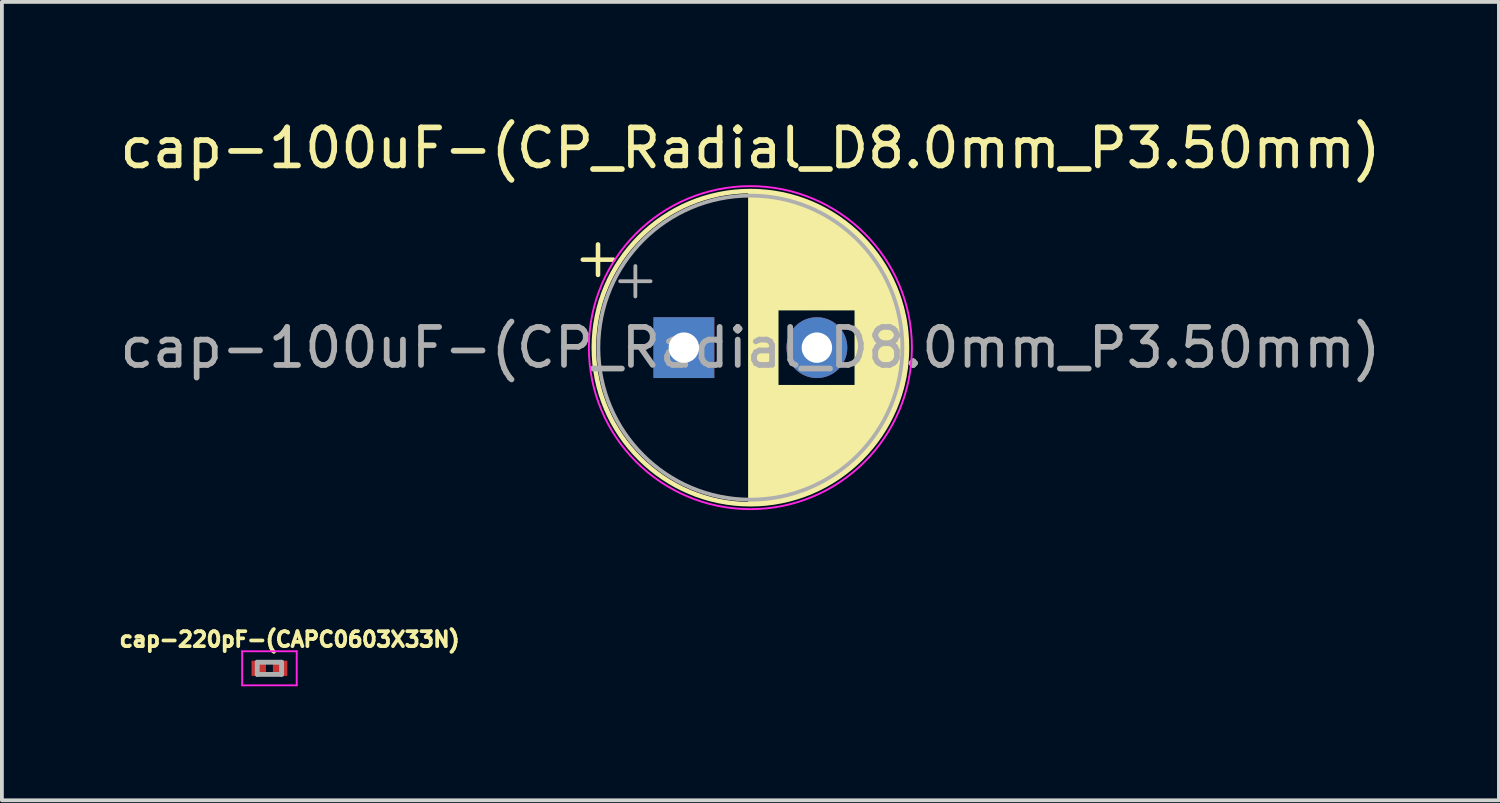
<source format=kicad_pcb>
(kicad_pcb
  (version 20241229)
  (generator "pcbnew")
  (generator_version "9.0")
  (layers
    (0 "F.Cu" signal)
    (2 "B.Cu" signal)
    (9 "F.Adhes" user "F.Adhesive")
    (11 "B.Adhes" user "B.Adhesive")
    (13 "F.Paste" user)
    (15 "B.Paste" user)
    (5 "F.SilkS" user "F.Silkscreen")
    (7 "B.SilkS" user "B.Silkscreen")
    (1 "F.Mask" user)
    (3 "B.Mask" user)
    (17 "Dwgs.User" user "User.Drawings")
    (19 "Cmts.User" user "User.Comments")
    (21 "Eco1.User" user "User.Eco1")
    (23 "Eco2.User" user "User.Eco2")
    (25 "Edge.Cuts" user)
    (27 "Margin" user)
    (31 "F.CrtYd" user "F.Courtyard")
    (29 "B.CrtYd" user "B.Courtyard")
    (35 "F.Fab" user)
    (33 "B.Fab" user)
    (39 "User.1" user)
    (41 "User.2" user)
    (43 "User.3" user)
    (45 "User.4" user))
  (footprint "cap-220pF-(CAPC0603X33N)"
    (layer "F.Cu")
    (at 4.04 14.536)
    (property "Reference" "cap-220pF-(CAPC0603X33N)" (at 0.53 -0.76 0) (layer "F.SilkS") (effects (font (size 0.394 0.394) (thickness 0.15))))
    (attr smd)
    (fp_line (start -0.718 -0.448) (end 0.718 -0.448) (stroke (width 0.05) (type solid)) (layer "F.CrtYd"))
    (fp_line (start -0.718 0.448) (end -0.718 -0.448) (stroke (width 0.05) (type solid)) (layer "F.CrtYd"))
    (fp_line (start -0.718 0.448) (end 0.718 0.448) (stroke (width 0.05) (type solid)) (layer "F.CrtYd"))
    (fp_line (start 0.718 0.448) (end 0.718 -0.448) (stroke (width 0.05) (type solid)) (layer "F.CrtYd"))
    (fp_line (start -0.32 0.16) (end -0.32 -0.16) (stroke (width 0.127) (type solid)) (layer "F.Fab"))
    (fp_line (start 0.32 -0.16) (end -0.32 -0.16) (stroke (width 0.127) (type solid)) (layer "F.Fab"))
    (fp_line (start 0.32 0.16) (end -0.32 0.16) (stroke (width 0.127) (type solid)) (layer "F.Fab"))
    (fp_line (start 0.32 0.16) (end 0.32 -0.16) (stroke (width 0.127) (type solid)) (layer "F.Fab"))
    (pad "1" smd rect (at -0.281 0) (size 0.38 0.4) (layers "F.Cu" "F.Mask" "F.Paste"))
    (pad "2" smd rect (at 0.281 0) (size 0.38 0.4) (layers "F.Cu" "F.Mask" "F.Paste")))
  (footprint "cap-100uF-(CP_Radial_D8.0mm_P3.50mm)"
    (layer "F.Cu")
    (at 14.946 6.098)
    (property "Reference" "cap-100uF-(CP_Radial_D8.0mm_P3.50mm)" (at 1.75 -5.25 0) (layer "F.SilkS") (effects (font (size 1 1) (thickness 0.15))))
    (attr through_hole)
    (fp_line (start -2.66 -2.315) (end -1.86 -2.315) (stroke (width 0.12) (type solid)) (layer "F.SilkS"))
    (fp_line (start -2.26 -2.715) (end -2.26 -1.915) (stroke (width 0.12) (type solid)) (layer "F.SilkS"))
    (fp_line (start 1.75 -4.08) (end 1.75 4.08) (stroke (width 0.12) (type solid)) (layer "F.SilkS"))
    (fp_line (start 1.79 -4.08) (end 1.79 4.08) (stroke (width 0.12) (type solid)) (layer "F.SilkS"))
    (fp_line (start 1.83 -4.08) (end 1.83 4.08) (stroke (width 0.12) (type solid)) (layer "F.SilkS"))
    (fp_line (start 1.87 -4.079) (end 1.87 4.079) (stroke (width 0.12) (type solid)) (layer "F.SilkS"))
    (fp_line (start 1.91 -4.077) (end 1.91 4.077) (stroke (width 0.12) (type solid)) (layer "F.SilkS"))
    (fp_line (start 1.95 -4.076) (end 1.95 4.076) (stroke (width 0.12) (type solid)) (layer "F.SilkS"))
    (fp_line (start 1.99 -4.074) (end 1.99 4.074) (stroke (width 0.12) (type solid)) (layer "F.SilkS"))
    (fp_line (start 2.03 -4.071) (end 2.03 4.071) (stroke (width 0.12) (type solid)) (layer "F.SilkS"))
    (fp_line (start 2.07 -4.068) (end 2.07 4.068) (stroke (width 0.12) (type solid)) (layer "F.SilkS"))
    (fp_line (start 2.11 -4.065) (end 2.11 4.065) (stroke (width 0.12) (type solid)) (layer "F.SilkS"))
    (fp_line (start 2.15 -4.061) (end 2.15 4.061) (stroke (width 0.12) (type solid)) (layer "F.SilkS"))
    (fp_line (start 2.19 -4.057) (end 2.19 4.057) (stroke (width 0.12) (type solid)) (layer "F.SilkS"))
    (fp_line (start 2.23 -4.052) (end 2.23 4.052) (stroke (width 0.12) (type solid)) (layer "F.SilkS"))
    (fp_line (start 2.27 -4.048) (end 2.27 4.048) (stroke (width 0.12) (type solid)) (layer "F.SilkS"))
    (fp_line (start 2.31 -4.042) (end 2.31 4.042) (stroke (width 0.12) (type solid)) (layer "F.SilkS"))
    (fp_line (start 2.35 -4.037) (end 2.35 4.037) (stroke (width 0.12) (type solid)) (layer "F.SilkS"))
    (fp_line (start 2.39 -4.03) (end 2.39 4.03) (stroke (width 0.12) (type solid)) (layer "F.SilkS"))
    (fp_line (start 2.43 -4.024) (end 2.43 4.024) (stroke (width 0.12) (type solid)) (layer "F.SilkS"))
    (fp_line (start 2.471 -4.017) (end 2.471 -1.04) (stroke (width 0.12) (type solid)) (layer "F.SilkS"))
    (fp_line (start 2.471 1.04) (end 2.471 4.017) (stroke (width 0.12) (type solid)) (layer "F.SilkS"))
    (fp_line (start 2.511 -4.01) (end 2.511 -1.04) (stroke (width 0.12) (type solid)) (layer "F.SilkS"))
    (fp_line (start 2.511 1.04) (end 2.511 4.01) (stroke (width 0.12) (type solid)) (layer "F.SilkS"))
    (fp_line (start 2.551 -4.002) (end 2.551 -1.04) (stroke (width 0.12) (type solid)) (layer "F.SilkS"))
    (fp_line (start 2.551 1.04) (end 2.551 4.002) (stroke (width 0.12) (type solid)) (layer "F.SilkS"))
    (fp_line (start 2.591 -3.994) (end 2.591 -1.04) (stroke (width 0.12) (type solid)) (layer "F.SilkS"))
    (fp_line (start 2.591 1.04) (end 2.591 3.994) (stroke (width 0.12) (type solid)) (layer "F.SilkS"))
    (fp_line (start 2.631 -3.985) (end 2.631 -1.04) (stroke (width 0.12) (type solid)) (layer "F.SilkS"))
    (fp_line (start 2.631 1.04) (end 2.631 3.985) (stroke (width 0.12) (type solid)) (layer "F.SilkS"))
    (fp_line (start 2.671 -3.976) (end 2.671 -1.04) (stroke (width 0.12) (type solid)) (layer "F.SilkS"))
    (fp_line (start 2.671 1.04) (end 2.671 3.976) (stroke (width 0.12) (type solid)) (layer "F.SilkS"))
    (fp_line (start 2.711 -3.967) (end 2.711 -1.04) (stroke (width 0.12) (type solid)) (layer "F.SilkS"))
    (fp_line (start 2.711 1.04) (end 2.711 3.967) (stroke (width 0.12) (type solid)) (layer "F.SilkS"))
    (fp_line (start 2.751 -3.957) (end 2.751 -1.04) (stroke (width 0.12) (type solid)) (layer "F.SilkS"))
    (fp_line (start 2.751 1.04) (end 2.751 3.957) (stroke (width 0.12) (type solid)) (layer "F.SilkS"))
    (fp_line (start 2.791 -3.947) (end 2.791 -1.04) (stroke (width 0.12) (type solid)) (layer "F.SilkS"))
    (fp_line (start 2.791 1.04) (end 2.791 3.947) (stroke (width 0.12) (type solid)) (layer "F.SilkS"))
    (fp_line (start 2.831 -3.936) (end 2.831 -1.04) (stroke (width 0.12) (type solid)) (layer "F.SilkS"))
    (fp_line (start 2.831 1.04) (end 2.831 3.936) (stroke (width 0.12) (type solid)) (layer "F.SilkS"))
    (fp_line (start 2.871 -3.925) (end 2.871 -1.04) (stroke (width 0.12) (type solid)) (layer "F.SilkS"))
    (fp_line (start 2.871 1.04) (end 2.871 3.925) (stroke (width 0.12) (type solid)) (layer "F.SilkS"))
    (fp_line (start 2.911 -3.914) (end 2.911 -1.04) (stroke (width 0.12) (type solid)) (layer "F.SilkS"))
    (fp_line (start 2.911 1.04) (end 2.911 3.914) (stroke (width 0.12) (type solid)) (layer "F.SilkS"))
    (fp_line (start 2.951 -3.902) (end 2.951 -1.04) (stroke (width 0.12) (type solid)) (layer "F.SilkS"))
    (fp_line (start 2.951 1.04) (end 2.951 3.902) (stroke (width 0.12) (type solid)) (layer "F.SilkS"))
    (fp_line (start 2.991 -3.889) (end 2.991 -1.04) (stroke (width 0.12) (type solid)) (layer "F.SilkS"))
    (fp_line (start 2.991 1.04) (end 2.991 3.889) (stroke (width 0.12) (type solid)) (layer "F.SilkS"))
    (fp_line (start 3.031 -3.877) (end 3.031 -1.04) (stroke (width 0.12) (type solid)) (layer "F.SilkS"))
    (fp_line (start 3.031 1.04) (end 3.031 3.877) (stroke (width 0.12) (type solid)) (layer "F.SilkS"))
    (fp_line (start 3.071 -3.863) (end 3.071 -1.04) (stroke (width 0.12) (type solid)) (layer "F.SilkS"))
    (fp_line (start 3.071 1.04) (end 3.071 3.863) (stroke (width 0.12) (type solid)) (layer "F.SilkS"))
    (fp_line (start 3.111 -3.85) (end 3.111 -1.04) (stroke (width 0.12) (type solid)) (layer "F.SilkS"))
    (fp_line (start 3.111 1.04) (end 3.111 3.85) (stroke (width 0.12) (type solid)) (layer "F.SilkS"))
    (fp_line (start 3.151 -3.835) (end 3.151 -1.04) (stroke (width 0.12) (type solid)) (layer "F.SilkS"))
    (fp_line (start 3.151 1.04) (end 3.151 3.835) (stroke (width 0.12) (type solid)) (layer "F.SilkS"))
    (fp_line (start 3.191 -3.821) (end 3.191 -1.04) (stroke (width 0.12) (type solid)) (layer "F.SilkS"))
    (fp_line (start 3.191 1.04) (end 3.191 3.821) (stroke (width 0.12) (type solid)) (layer "F.SilkS"))
    (fp_line (start 3.231 -3.805) (end 3.231 -1.04) (stroke (width 0.12) (type solid)) (layer "F.SilkS"))
    (fp_line (start 3.231 1.04) (end 3.231 3.805) (stroke (width 0.12) (type solid)) (layer "F.SilkS"))
    (fp_line (start 3.271 -3.79) (end 3.271 -1.04) (stroke (width 0.12) (type solid)) (layer "F.SilkS"))
    (fp_line (start 3.271 1.04) (end 3.271 3.79) (stroke (width 0.12) (type solid)) (layer "F.SilkS"))
    (fp_line (start 3.311 -3.774) (end 3.311 -1.04) (stroke (width 0.12) (type solid)) (layer "F.SilkS"))
    (fp_line (start 3.311 1.04) (end 3.311 3.774) (stroke (width 0.12) (type solid)) (layer "F.SilkS"))
    (fp_line (start 3.351 -3.757) (end 3.351 -1.04) (stroke (width 0.12) (type solid)) (layer "F.SilkS"))
    (fp_line (start 3.351 1.04) (end 3.351 3.757) (stroke (width 0.12) (type solid)) (layer "F.SilkS"))
    (fp_line (start 3.391 -3.74) (end 3.391 -1.04) (stroke (width 0.12) (type solid)) (layer "F.SilkS"))
    (fp_line (start 3.391 1.04) (end 3.391 3.74) (stroke (width 0.12) (type solid)) (layer "F.SilkS"))
    (fp_line (start 3.431 -3.722) (end 3.431 -1.04) (stroke (width 0.12) (type solid)) (layer "F.SilkS"))
    (fp_line (start 3.431 1.04) (end 3.431 3.722) (stroke (width 0.12) (type solid)) (layer "F.SilkS"))
    (fp_line (start 3.471 -3.704) (end 3.471 -1.04) (stroke (width 0.12) (type solid)) (layer "F.SilkS"))
    (fp_line (start 3.471 1.04) (end 3.471 3.704) (stroke (width 0.12) (type solid)) (layer "F.SilkS"))
    (fp_line (start 3.511 -3.686) (end 3.511 -1.04) (stroke (width 0.12) (type solid)) (layer "F.SilkS"))
    (fp_line (start 3.511 1.04) (end 3.511 3.686) (stroke (width 0.12) (type solid)) (layer "F.SilkS"))
    (fp_line (start 3.551 -3.666) (end 3.551 -1.04) (stroke (width 0.12) (type solid)) (layer "F.SilkS"))
    (fp_line (start 3.551 1.04) (end 3.551 3.666) (stroke (width 0.12) (type solid)) (layer "F.SilkS"))
    (fp_line (start 3.591 -3.647) (end 3.591 -1.04) (stroke (width 0.12) (type solid)) (layer "F.SilkS"))
    (fp_line (start 3.591 1.04) (end 3.591 3.647) (stroke (width 0.12) (type solid)) (layer "F.SilkS"))
    (fp_line (start 3.631 -3.627) (end 3.631 -1.04) (stroke (width 0.12) (type solid)) (layer "F.SilkS"))
    (fp_line (start 3.631 1.04) (end 3.631 3.627) (stroke (width 0.12) (type solid)) (layer "F.SilkS"))
    (fp_line (start 3.671 -3.606) (end 3.671 -1.04) (stroke (width 0.12) (type solid)) (layer "F.SilkS"))
    (fp_line (start 3.671 1.04) (end 3.671 3.606) (stroke (width 0.12) (type solid)) (layer "F.SilkS"))
    (fp_line (start 3.711 -3.584) (end 3.711 -1.04) (stroke (width 0.12) (type solid)) (layer "F.SilkS"))
    (fp_line (start 3.711 1.04) (end 3.711 3.584) (stroke (width 0.12) (type solid)) (layer "F.SilkS"))
    (fp_line (start 3.751 -3.562) (end 3.751 -1.04) (stroke (width 0.12) (type solid)) (layer "F.SilkS"))
    (fp_line (start 3.751 1.04) (end 3.751 3.562) (stroke (width 0.12) (type solid)) (layer "F.SilkS"))
    (fp_line (start 3.791 -3.54) (end 3.791 -1.04) (stroke (width 0.12) (type solid)) (layer "F.SilkS"))
    (fp_line (start 3.791 1.04) (end 3.791 3.54) (stroke (width 0.12) (type solid)) (layer "F.SilkS"))
    (fp_line (start 3.831 -3.517) (end 3.831 -1.04) (stroke (width 0.12) (type solid)) (layer "F.SilkS"))
    (fp_line (start 3.831 1.04) (end 3.831 3.517) (stroke (width 0.12) (type solid)) (layer "F.SilkS"))
    (fp_line (start 3.871 -3.493) (end 3.871 -1.04) (stroke (width 0.12) (type solid)) (layer "F.SilkS"))
    (fp_line (start 3.871 1.04) (end 3.871 3.493) (stroke (width 0.12) (type solid)) (layer "F.SilkS"))
    (fp_line (start 3.911 -3.469) (end 3.911 -1.04) (stroke (width 0.12) (type solid)) (layer "F.SilkS"))
    (fp_line (start 3.911 1.04) (end 3.911 3.469) (stroke (width 0.12) (type solid)) (layer "F.SilkS"))
    (fp_line (start 3.951 -3.444) (end 3.951 -1.04) (stroke (width 0.12) (type solid)) (layer "F.SilkS"))
    (fp_line (start 3.951 1.04) (end 3.951 3.444) (stroke (width 0.12) (type solid)) (layer "F.SilkS"))
    (fp_line (start 3.991 -3.418) (end 3.991 -1.04) (stroke (width 0.12) (type solid)) (layer "F.SilkS"))
    (fp_line (start 3.991 1.04) (end 3.991 3.418) (stroke (width 0.12) (type solid)) (layer "F.SilkS"))
    (fp_line (start 4.031 -3.392) (end 4.031 -1.04) (stroke (width 0.12) (type solid)) (layer "F.SilkS"))
    (fp_line (start 4.031 1.04) (end 4.031 3.392) (stroke (width 0.12) (type solid)) (layer "F.SilkS"))
    (fp_line (start 4.071 -3.365) (end 4.071 -1.04) (stroke (width 0.12) (type solid)) (layer "F.SilkS"))
    (fp_line (start 4.071 1.04) (end 4.071 3.365) (stroke (width 0.12) (type solid)) (layer "F.SilkS"))
    (fp_line (start 4.111 -3.338) (end 4.111 -1.04) (stroke (width 0.12) (type solid)) (layer "F.SilkS"))
    (fp_line (start 4.111 1.04) (end 4.111 3.338) (stroke (width 0.12) (type solid)) (layer "F.SilkS"))
    (fp_line (start 4.151 -3.309) (end 4.151 -1.04) (stroke (width 0.12) (type solid)) (layer "F.SilkS"))
    (fp_line (start 4.151 1.04) (end 4.151 3.309) (stroke (width 0.12) (type solid)) (layer "F.SilkS"))
    (fp_line (start 4.191 -3.28) (end 4.191 -1.04) (stroke (width 0.12) (type solid)) (layer "F.SilkS"))
    (fp_line (start 4.191 1.04) (end 4.191 3.28) (stroke (width 0.12) (type solid)) (layer "F.SilkS"))
    (fp_line (start 4.231 -3.25) (end 4.231 -1.04) (stroke (width 0.12) (type solid)) (layer "F.SilkS"))
    (fp_line (start 4.231 1.04) (end 4.231 3.25) (stroke (width 0.12) (type solid)) (layer "F.SilkS"))
    (fp_line (start 4.271 -3.22) (end 4.271 -1.04) (stroke (width 0.12) (type solid)) (layer "F.SilkS"))
    (fp_line (start 4.271 1.04) (end 4.271 3.22) (stroke (width 0.12) (type solid)) (layer "F.SilkS"))
    (fp_line (start 4.311 -3.189) (end 4.311 -1.04) (stroke (width 0.12) (type solid)) (layer "F.SilkS"))
    (fp_line (start 4.311 1.04) (end 4.311 3.189) (stroke (width 0.12) (type solid)) (layer "F.SilkS"))
    (fp_line (start 4.351 -3.156) (end 4.351 -1.04) (stroke (width 0.12) (type solid)) (layer "F.SilkS"))
    (fp_line (start 4.351 1.04) (end 4.351 3.156) (stroke (width 0.12) (type solid)) (layer "F.SilkS"))
    (fp_line (start 4.391 -3.124) (end 4.391 -1.04) (stroke (width 0.12) (type solid)) (layer "F.SilkS"))
    (fp_line (start 4.391 1.04) (end 4.391 3.124) (stroke (width 0.12) (type solid)) (layer "F.SilkS"))
    (fp_line (start 4.431 -3.09) (end 4.431 -1.04) (stroke (width 0.12) (type solid)) (layer "F.SilkS"))
    (fp_line (start 4.431 1.04) (end 4.431 3.09) (stroke (width 0.12) (type solid)) (layer "F.SilkS"))
    (fp_line (start 4.471 -3.055) (end 4.471 -1.04) (stroke (width 0.12) (type solid)) (layer "F.SilkS"))
    (fp_line (start 4.471 1.04) (end 4.471 3.055) (stroke (width 0.12) (type solid)) (layer "F.SilkS"))
    (fp_line (start 4.511 -3.019) (end 4.511 -1.04) (stroke (width 0.12) (type solid)) (layer "F.SilkS"))
    (fp_line (start 4.511 1.04) (end 4.511 3.019) (stroke (width 0.12) (type solid)) (layer "F.SilkS"))
    (fp_line (start 4.551 -2.983) (end 4.551 2.983) (stroke (width 0.12) (type solid)) (layer "F.SilkS"))
    (fp_line (start 4.591 -2.945) (end 4.591 2.945) (stroke (width 0.12) (type solid)) (layer "F.SilkS"))
    (fp_line (start 4.631 -2.907) (end 4.631 2.907) (stroke (width 0.12) (type solid)) (layer "F.SilkS"))
    (fp_line (start 4.671 -2.867) (end 4.671 2.867) (stroke (width 0.12) (type solid)) (layer "F.SilkS"))
    (fp_line (start 4.711 -2.826) (end 4.711 2.826) (stroke (width 0.12) (type solid)) (layer "F.SilkS"))
    (fp_line (start 4.751 -2.784) (end 4.751 2.784) (stroke (width 0.12) (type solid)) (layer "F.SilkS"))
    (fp_line (start 4.791 -2.741) (end 4.791 2.741) (stroke (width 0.12) (type solid)) (layer "F.SilkS"))
    (fp_line (start 4.831 -2.697) (end 4.831 2.697) (stroke (width 0.12) (type solid)) (layer "F.SilkS"))
    (fp_line (start 4.871 -2.651) (end 4.871 2.651) (stroke (width 0.12) (type solid)) (layer "F.SilkS"))
    (fp_line (start 4.911 -2.604) (end 4.911 2.604) (stroke (width 0.12) (type solid)) (layer "F.SilkS"))
    (fp_line (start 4.951 -2.556) (end 4.951 2.556) (stroke (width 0.12) (type solid)) (layer "F.SilkS"))
    (fp_line (start 4.991 -2.505) (end 4.991 2.505) (stroke (width 0.12) (type solid)) (layer "F.SilkS"))
    (fp_line (start 5.031 -2.454) (end 5.031 2.454) (stroke (width 0.12) (type solid)) (layer "F.SilkS"))
    (fp_line (start 5.071 -2.4) (end 5.071 2.4) (stroke (width 0.12) (type solid)) (layer "F.SilkS"))
    (fp_line (start 5.111 -2.345) (end 5.111 2.345) (stroke (width 0.12) (type solid)) (layer "F.SilkS"))
    (fp_line (start 5.151 -2.287) (end 5.151 2.287) (stroke (width 0.12) (type solid)) (layer "F.SilkS"))
    (fp_line (start 5.191 -2.228) (end 5.191 2.228) (stroke (width 0.12) (type solid)) (layer "F.SilkS"))
    (fp_line (start 5.231 -2.166) (end 5.231 2.166) (stroke (width 0.12) (type solid)) (layer "F.SilkS"))
    (fp_line (start 5.271 -2.102) (end 5.271 2.102) (stroke (width 0.12) (type solid)) (layer "F.SilkS"))
    (fp_line (start 5.311 -2.034) (end 5.311 2.034) (stroke (width 0.12) (type solid)) (layer "F.SilkS"))
    (fp_line (start 5.351 -1.964) (end 5.351 1.964) (stroke (width 0.12) (type solid)) (layer "F.SilkS"))
    (fp_line (start 5.391 -1.89) (end 5.391 1.89) (stroke (width 0.12) (type solid)) (layer "F.SilkS"))
    (fp_line (start 5.431 -1.813) (end 5.431 1.813) (stroke (width 0.12) (type solid)) (layer "F.SilkS"))
    (fp_line (start 5.471 -1.731) (end 5.471 1.731) (stroke (width 0.12) (type solid)) (layer "F.SilkS"))
    (fp_line (start 5.511 -1.645) (end 5.511 1.645) (stroke (width 0.12) (type solid)) (layer "F.SilkS"))
    (fp_line (start 5.551 -1.552) (end 5.551 1.552) (stroke (width 0.12) (type solid)) (layer "F.SilkS"))
    (fp_line (start 5.591 -1.453) (end 5.591 1.453) (stroke (width 0.12) (type solid)) (layer "F.SilkS"))
    (fp_line (start 5.631 -1.346) (end 5.631 1.346) (stroke (width 0.12) (type solid)) (layer "F.SilkS"))
    (fp_line (start 5.671 -1.229) (end 5.671 1.229) (stroke (width 0.12) (type solid)) (layer "F.SilkS"))
    (fp_line (start 5.711 -1.098) (end 5.711 1.098) (stroke (width 0.12) (type solid)) (layer "F.SilkS"))
    (fp_line (start 5.751 -0.948) (end 5.751 0.948) (stroke (width 0.12) (type solid)) (layer "F.SilkS"))
    (fp_line (start 5.791 -0.768) (end 5.791 0.768) (stroke (width 0.12) (type solid)) (layer "F.SilkS"))
    (fp_line (start 5.831 -0.533) (end 5.831 0.533) (stroke (width 0.12) (type solid)) (layer "F.SilkS"))
    (fp_circle (center 1.75 0) (end 5.87 0) (stroke (width 0.12) (type solid)) (fill no) (layer "F.SilkS"))
    (fp_circle (center 1.75 0) (end 6 0) (stroke (width 0.05) (type solid)) (fill no) (layer "F.CrtYd"))
    (fp_line (start -1.677 -1.748) (end -0.877 -1.748) (stroke (width 0.1) (type solid)) (layer "F.Fab"))
    (fp_line (start -1.277 -2.147) (end -1.277 -1.347) (stroke (width 0.1) (type solid)) (layer "F.Fab"))
    (fp_circle (center 1.75 0) (end 5.75 0) (stroke (width 0.1) (type solid)) (fill no) (layer "F.Fab"))
    (fp_text user "${REFERENCE}" (at 1.75 0 0) (layer "F.Fab") (effects (font (size 1 1) (thickness 0.15))))
    (pad "1" thru_hole rect (at 0 0) (size 1.6 1.6) (drill 0.8) (layers "*.Cu" "*.Mask"))
    (pad "2" thru_hole circle (at 3.5 0) (size 1.6 1.6) (drill 0.8) (layers "*.Cu" "*.Mask")))
  (gr_rect
    (start -3 -3)
    (end 36.393 18.009)
    (stroke (width 0.1) (type default))
    (fill no)
    (layer "Edge.Cuts")))
</source>
